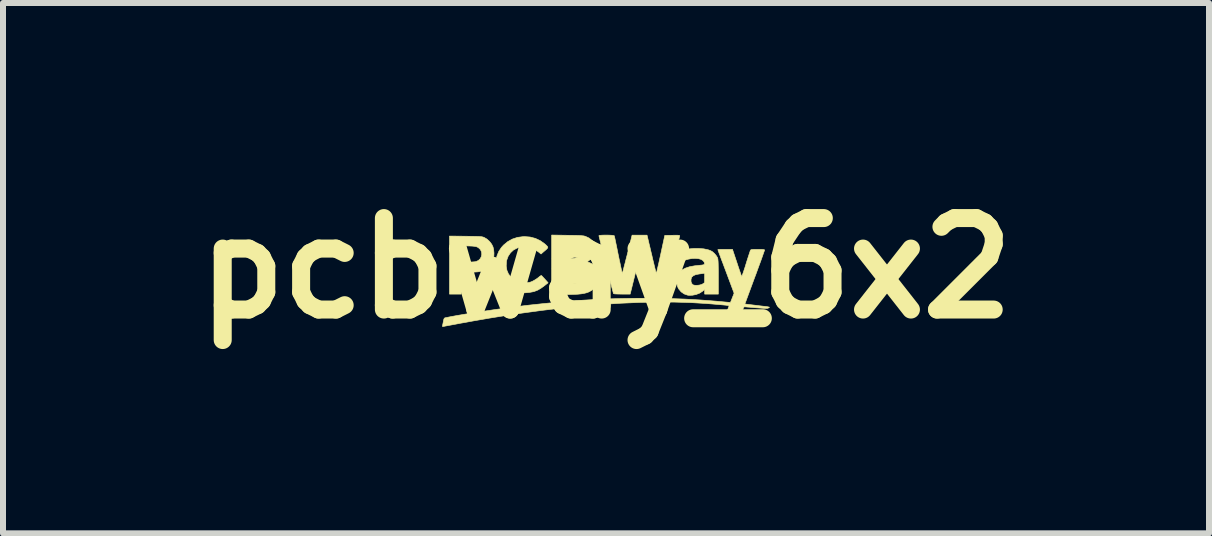
<source format=kicad_pcb>
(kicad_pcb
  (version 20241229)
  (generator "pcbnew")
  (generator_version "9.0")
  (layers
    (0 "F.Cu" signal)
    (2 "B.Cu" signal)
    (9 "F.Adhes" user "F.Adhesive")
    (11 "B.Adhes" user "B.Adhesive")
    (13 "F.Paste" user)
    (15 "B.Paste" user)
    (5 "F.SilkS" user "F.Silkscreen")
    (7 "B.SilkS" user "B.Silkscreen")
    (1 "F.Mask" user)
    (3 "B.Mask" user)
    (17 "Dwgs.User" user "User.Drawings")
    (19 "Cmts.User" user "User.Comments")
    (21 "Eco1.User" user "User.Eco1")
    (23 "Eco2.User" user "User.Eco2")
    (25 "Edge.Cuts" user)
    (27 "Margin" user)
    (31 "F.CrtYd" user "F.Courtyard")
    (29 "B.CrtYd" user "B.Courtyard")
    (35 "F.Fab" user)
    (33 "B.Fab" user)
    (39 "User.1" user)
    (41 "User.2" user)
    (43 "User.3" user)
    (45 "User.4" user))
  (footprint "pcbway_6x2"
    (layer "F.Cu")
    (at 7.047 1.418)
    (property "Reference" "pcbway_6x2" (at 0 0 0) (layer "F.SilkS") (effects (font (size 1.524 1.524) (thickness 0.3))))
    (attr through_hole)
    (fp_poly (pts (xy -2.339 -0.532) (xy -2.264 -0.531) (xy -2.204 -0.53) (xy -2.157 -0.529) (xy -2.121 -0.528) (xy -2.094 -0.526) (xy -2.073 -0.524) (xy -2.058 -0.521) (xy -2.044 -0.517) (xy -2.032 -0.512) (xy -2.025 -0.509) (xy -1.981 -0.482) (xy -1.94 -0.444) (xy -1.905 -0.399) (xy -1.883 -0.354) (xy -1.872 -0.307) (xy -1.867 -0.252) (xy -1.869 -0.195) (xy -1.876 -0.143) (xy -1.882 -0.121) (xy -1.905 -0.075) (xy -1.94 -0.03) (xy -1.983 0.008) (xy -2.013 0.028) (xy -2.046 0.042) (xy -2.085 0.053) (xy -2.134 0.061) (xy -2.193 0.065) (xy -2.267 0.067) (xy -2.292 0.068) (xy -2.413 0.068) (xy -2.413 0.432) (xy -2.608 0.432) (xy -2.608 -0.102) (xy -2.413 -0.102) (xy -2.305 -0.102) (xy -2.261 -0.102) (xy -2.219 -0.104) (xy -2.185 -0.107) (xy -2.164 -0.111) (xy -2.164 -0.111) (xy -2.125 -0.129) (xy -2.096 -0.158) (xy -2.077 -0.194) (xy -2.07 -0.233) (xy -2.075 -0.273) (xy -2.093 -0.309) (xy -2.106 -0.323) (xy -2.124 -0.339) (xy -2.143 -0.351) (xy -2.164 -0.359) (xy -2.192 -0.364) (xy -2.23 -0.368) (xy -2.281 -0.37) (xy -2.291 -0.37) (xy -2.413 -0.375) (xy -2.413 -0.102) (xy -2.608 -0.102) (xy -2.608 -0.535) (xy -2.339 -0.532)) (stroke (width 0.01) (type solid)) (fill yes) (layer "F.SilkS"))
    (fp_poly (pts (xy -1.265 -0.519) (xy -1.177 -0.496) (xy -1.096 -0.458) (xy -1.024 -0.407) (xy -1.01 -0.395) (xy -0.988 -0.374) (xy -0.974 -0.358) (xy -0.97 -0.345) (xy -0.977 -0.331) (xy -0.994 -0.313) (xy -1.023 -0.288) (xy -1.034 -0.279) (xy -1.083 -0.236) (xy -1.124 -0.269) (xy -1.188 -0.313) (xy -1.256 -0.344) (xy -1.325 -0.359) (xy -1.394 -0.359) (xy -1.411 -0.356) (xy -1.482 -0.335) (xy -1.543 -0.302) (xy -1.592 -0.256) (xy -1.63 -0.2) (xy -1.654 -0.135) (xy -1.659 -0.109) (xy -1.663 -0.035) (xy -1.652 0.034) (xy -1.626 0.095) (xy -1.586 0.148) (xy -1.532 0.192) (xy -1.494 0.213) (xy -1.464 0.227) (xy -1.44 0.235) (xy -1.414 0.239) (xy -1.382 0.241) (xy -1.355 0.241) (xy -1.315 0.241) (xy -1.286 0.238) (xy -1.262 0.233) (xy -1.237 0.223) (xy -1.219 0.215) (xy -1.184 0.195) (xy -1.148 0.172) (xy -1.124 0.153) (xy -1.102 0.135) (xy -1.085 0.124) (xy -1.076 0.122) (xy -1.068 0.13) (xy -1.051 0.148) (xy -1.029 0.172) (xy -1.017 0.185) (xy -0.965 0.243) (xy -1.026 0.292) (xy -1.084 0.334) (xy -1.137 0.365) (xy -1.19 0.386) (xy -1.217 0.393) (xy -1.276 0.404) (xy -1.339 0.41) (xy -1.399 0.41) (xy -1.431 0.407) (xy -1.516 0.389) (xy -1.59 0.36) (xy -1.656 0.318) (xy -1.702 0.279) (xy -1.755 0.218) (xy -1.793 0.154) (xy -1.819 0.082) (xy -1.833 0.001) (xy -1.835 -0.025) (xy -1.833 -0.118) (xy -1.818 -0.202) (xy -1.788 -0.277) (xy -1.743 -0.345) (xy -1.708 -0.384) (xy -1.638 -0.442) (xy -1.56 -0.485) (xy -1.476 -0.513) (xy -1.384 -0.525) (xy -1.358 -0.526) (xy -1.265 -0.519)) (stroke (width 0.01) (type solid)) (fill yes) (layer "F.SilkS"))
    (fp_poly (pts (xy 1.628 -0.322) (xy 1.698 -0.307) (xy 1.706 -0.305) (xy 1.743 -0.291) (xy 1.772 -0.275) (xy 1.799 -0.251) (xy 1.808 -0.243) (xy 1.836 -0.209) (xy 1.856 -0.177) (xy 1.861 -0.164) (xy 1.864 -0.146) (xy 1.867 -0.116) (xy 1.869 -0.073) (xy 1.87 -0.016) (xy 1.871 0.057) (xy 1.871 0.145) (xy 1.871 0.151) (xy 1.871 0.432) (xy 1.643 0.432) (xy 1.643 0.354) (xy 1.607 0.385) (xy 1.559 0.416) (xy 1.5 0.439) (xy 1.438 0.451) (xy 1.378 0.452) (xy 1.357 0.449) (xy 1.301 0.429) (xy 1.251 0.394) (xy 1.211 0.346) (xy 1.2 0.326) (xy 1.187 0.291) (xy 1.181 0.246) (xy 1.18 0.197) (xy 1.181 0.187) (xy 1.416 0.187) (xy 1.416 0.222) (xy 1.426 0.253) (xy 1.446 0.276) (xy 1.451 0.278) (xy 1.478 0.285) (xy 1.514 0.286) (xy 1.553 0.282) (xy 1.589 0.273) (xy 1.611 0.262) (xy 1.642 0.241) (xy 1.642 0.163) (xy 1.643 0.084) (xy 1.615 0.088) (xy 1.589 0.092) (xy 1.558 0.096) (xy 1.545 0.098) (xy 1.494 0.108) (xy 1.455 0.125) (xy 1.43 0.147) (xy 1.426 0.153) (xy 1.416 0.187) (xy 1.181 0.187) (xy 1.185 0.15) (xy 1.196 0.112) (xy 1.2 0.105) (xy 1.23 0.062) (xy 1.272 0.026) (xy 1.326 -0.002) (xy 1.393 -0.024) (xy 1.475 -0.039) (xy 1.559 -0.048) (xy 1.599 -0.052) (xy 1.625 -0.057) (xy 1.638 -0.065) (xy 1.641 -0.078) (xy 1.636 -0.097) (xy 1.634 -0.103) (xy 1.614 -0.128) (xy 1.582 -0.147) (xy 1.539 -0.159) (xy 1.488 -0.163) (xy 1.431 -0.161) (xy 1.371 -0.15) (xy 1.325 -0.137) (xy 1.291 -0.126) (xy 1.264 -0.118) (xy 1.247 -0.115) (xy 1.243 -0.115) (xy 1.24 -0.125) (xy 1.238 -0.148) (xy 1.236 -0.18) (xy 1.236 -0.207) (xy 1.236 -0.295) (xy 1.281 -0.305) (xy 1.371 -0.32) (xy 1.461 -0.328) (xy 1.548 -0.328) (xy 1.628 -0.322)) (stroke (width 0.01) (type solid)) (fill yes) (layer "F.SilkS"))
    (fp_poly (pts (xy -0.646 -0.548) (xy -0.57 -0.547) (xy -0.509 -0.546) (xy -0.461 -0.545) (xy -0.424 -0.543) (xy -0.395 -0.54) (xy -0.374 -0.538) (xy -0.357 -0.534) (xy -0.343 -0.53) (xy -0.283 -0.502) (xy -0.239 -0.467) (xy -0.208 -0.424) (xy -0.191 -0.371) (xy -0.186 -0.316) (xy -0.193 -0.254) (xy -0.215 -0.199) (xy -0.251 -0.154) (xy -0.273 -0.136) (xy -0.313 -0.106) (xy -0.272 -0.091) (xy -0.232 -0.072) (xy -0.196 -0.045) (xy -0.166 -0.014) (xy -0.147 0.016) (xy -0.144 0.024) (xy -0.141 0.045) (xy -0.138 0.078) (xy -0.136 0.118) (xy -0.136 0.153) (xy -0.136 0.195) (xy -0.137 0.225) (xy -0.14 0.246) (xy -0.145 0.262) (xy -0.153 0.278) (xy -0.162 0.292) (xy -0.186 0.321) (xy -0.215 0.35) (xy -0.228 0.361) (xy -0.258 0.38) (xy -0.289 0.397) (xy -0.325 0.41) (xy -0.366 0.42) (xy -0.414 0.428) (xy -0.472 0.434) (xy -0.542 0.437) (xy -0.624 0.439) (xy -0.718 0.44) (xy -0.906 0.44) (xy -0.906 0.256) (xy -0.66 0.256) (xy -0.565 0.252) (xy -0.519 0.25) (xy -0.485 0.247) (xy -0.46 0.241) (xy -0.44 0.233) (xy -0.436 0.231) (xy -0.412 0.215) (xy -0.393 0.196) (xy -0.389 0.19) (xy -0.379 0.157) (xy -0.377 0.119) (xy -0.384 0.084) (xy -0.394 0.062) (xy -0.411 0.043) (xy -0.431 0.029) (xy -0.458 0.02) (xy -0.493 0.014) (xy -0.542 0.011) (xy -0.561 0.01) (xy -0.66 0.007) (xy -0.66 0.256) (xy -0.906 0.256) (xy -0.906 -0.364) (xy -0.66 -0.364) (xy -0.66 -0.161) (xy -0.599 -0.161) (xy -0.563 -0.162) (xy -0.529 -0.165) (xy -0.506 -0.17) (xy -0.471 -0.187) (xy -0.449 -0.215) (xy -0.44 -0.253) (xy -0.44 -0.26) (xy -0.446 -0.303) (xy -0.463 -0.335) (xy -0.489 -0.354) (xy -0.492 -0.355) (xy -0.513 -0.359) (xy -0.545 -0.362) (xy -0.582 -0.364) (xy -0.59 -0.364) (xy -0.66 -0.364) (xy -0.906 -0.364) (xy -0.906 -0.552) (xy -0.646 -0.548)) (stroke (width 0.01) (type solid)) (fill yes) (layer "F.SilkS"))
    (fp_poly (pts (xy 0.019 -0.551) (xy 0.058 -0.55) (xy 0.093 -0.548) (xy 0.12 -0.545) (xy 0.135 -0.542) (xy 0.137 -0.54) (xy 0.14 -0.529) (xy 0.146 -0.504) (xy 0.154 -0.466) (xy 0.164 -0.417) (xy 0.176 -0.36) (xy 0.189 -0.295) (xy 0.203 -0.225) (xy 0.204 -0.222) (xy 0.218 -0.153) (xy 0.232 -0.089) (xy 0.244 -0.032) (xy 0.254 0.015) (xy 0.262 0.052) (xy 0.268 0.076) (xy 0.271 0.085) (xy 0.271 0.085) (xy 0.274 0.077) (xy 0.281 0.054) (xy 0.29 0.019) (xy 0.302 -0.028) (xy 0.317 -0.084) (xy 0.333 -0.148) (xy 0.351 -0.217) (xy 0.355 -0.233) (xy 0.434 -0.55) (xy 0.558 -0.55) (xy 0.683 -0.55) (xy 0.709 -0.442) (xy 0.718 -0.402) (xy 0.731 -0.35) (xy 0.745 -0.289) (xy 0.761 -0.224) (xy 0.776 -0.158) (xy 0.784 -0.125) (xy 0.798 -0.068) (xy 0.81 -0.017) (xy 0.821 0.026) (xy 0.83 0.059) (xy 0.836 0.079) (xy 0.838 0.085) (xy 0.841 0.077) (xy 0.847 0.054) (xy 0.855 0.018) (xy 0.866 -0.029) (xy 0.879 -0.085) (xy 0.893 -0.149) (xy 0.908 -0.218) (xy 0.911 -0.231) (xy 0.979 -0.546) (xy 1.103 -0.548) (xy 1.154 -0.549) (xy 1.189 -0.549) (xy 1.212 -0.547) (xy 1.224 -0.544) (xy 1.228 -0.54) (xy 1.226 -0.53) (xy 1.22 -0.505) (xy 1.21 -0.467) (xy 1.198 -0.416) (xy 1.183 -0.356) (xy 1.165 -0.286) (xy 1.146 -0.209) (xy 1.125 -0.125) (xy 1.106 -0.051) (xy 0.985 0.428) (xy 0.708 0.428) (xy 0.631 0.134) (xy 0.614 0.066) (xy 0.597 0.005) (xy 0.582 -0.048) (xy 0.57 -0.092) (xy 0.56 -0.125) (xy 0.553 -0.145) (xy 0.55 -0.15) (xy 0.546 -0.14) (xy 0.54 -0.115) (xy 0.53 -0.077) (xy 0.517 -0.029) (xy 0.503 0.027) (xy 0.487 0.09) (xy 0.473 0.146) (xy 0.402 0.432) (xy 0.264 0.432) (xy 0.209 0.431) (xy 0.169 0.43) (xy 0.143 0.428) (xy 0.128 0.425) (xy 0.123 0.421) (xy 0.12 0.409) (xy 0.113 0.383) (xy 0.103 0.344) (xy 0.09 0.295) (xy 0.075 0.236) (xy 0.059 0.171) (xy 0.041 0.099) (xy 0.022 0.024) (xy 0.002 -0.053) (xy -0.017 -0.13) (xy -0.036 -0.205) (xy -0.054 -0.277) (xy -0.07 -0.344) (xy -0.085 -0.404) (xy -0.098 -0.456) (xy -0.108 -0.497) (xy -0.115 -0.525) (xy -0.118 -0.54) (xy -0.119 -0.541) (xy -0.111 -0.545) (xy -0.089 -0.548) (xy -0.058 -0.55) (xy -0.021 -0.551) (xy 0.019 -0.551)) (stroke (width 0.01) (type solid)) (fill yes) (layer "F.SilkS"))
    (fp_poly (pts (xy 2.181 -0.091) (xy 2.2 -0.033) (xy 2.218 0.02) (xy 2.234 0.066) (xy 2.246 0.102) (xy 2.255 0.127) (xy 2.26 0.137) (xy 2.26 0.138) (xy 2.264 0.132) (xy 2.272 0.111) (xy 2.284 0.079) (xy 2.298 0.037) (xy 2.315 -0.014) (xy 2.332 -0.07) (xy 2.35 -0.128) (xy 2.367 -0.181) (xy 2.382 -0.227) (xy 2.394 -0.263) (xy 2.402 -0.288) (xy 2.406 -0.298) (xy 2.411 -0.304) (xy 2.42 -0.309) (xy 2.437 -0.311) (xy 2.463 -0.313) (xy 2.502 -0.313) (xy 2.528 -0.313) (xy 2.575 -0.313) (xy 2.608 -0.312) (xy 2.629 -0.309) (xy 2.639 -0.306) (xy 2.642 -0.302) (xy 2.639 -0.292) (xy 2.63 -0.268) (xy 2.617 -0.231) (xy 2.6 -0.182) (xy 2.579 -0.123) (xy 2.554 -0.056) (xy 2.527 0.018) (xy 2.498 0.098) (xy 2.477 0.153) (xy 2.313 0.597) (xy 2.471 0.616) (xy 2.544 0.625) (xy 2.603 0.632) (xy 2.647 0.637) (xy 2.68 0.641) (xy 2.702 0.645) (xy 2.715 0.648) (xy 2.721 0.65) (xy 2.722 0.653) (xy 2.718 0.656) (xy 2.712 0.66) (xy 2.709 0.661) (xy 2.701 0.666) (xy 2.691 0.669) (xy 2.677 0.67) (xy 2.656 0.671) (xy 2.627 0.669) (xy 2.586 0.666) (xy 2.532 0.662) (xy 2.502 0.66) (xy 2.447 0.655) (xy 2.398 0.651) (xy 2.356 0.648) (xy 2.326 0.645) (xy 2.308 0.644) (xy 2.306 0.644) (xy 2.296 0.651) (xy 2.287 0.668) (xy 2.285 0.673) (xy 2.274 0.703) (xy 2.149 0.703) (xy 2.105 0.703) (xy 2.068 0.702) (xy 2.04 0.701) (xy 2.025 0.7) (xy 2.024 0.7) (xy 2.026 0.69) (xy 2.034 0.672) (xy 2.036 0.666) (xy 2.044 0.645) (xy 2.049 0.63) (xy 2.049 0.628) (xy 2.044 0.625) (xy 2.027 0.621) (xy 1.999 0.617) (xy 1.958 0.613) (xy 1.903 0.608) (xy 1.834 0.602) (xy 1.75 0.595) (xy 1.662 0.588) (xy 1.406 0.573) (xy 1.135 0.565) (xy 0.851 0.565) (xy 0.555 0.571) (xy 0.248 0.584) (xy -0.068 0.604) (xy -0.394 0.63) (xy -0.726 0.663) (xy -1.066 0.703) (xy -1.411 0.75) (xy -1.76 0.803) (xy -1.947 0.833) (xy -2.015 0.845) (xy -2.091 0.858) (xy -2.172 0.872) (xy -2.257 0.887) (xy -2.341 0.903) (xy -2.423 0.917) (xy -2.501 0.932) (xy -2.571 0.945) (xy -2.631 0.956) (xy -2.679 0.965) (xy -2.704 0.97) (xy -2.721 0.973) (xy -2.726 0.967) (xy -2.724 0.956) (xy -2.72 0.937) (xy -2.714 0.908) (xy -2.709 0.883) (xy -2.703 0.854) (xy -2.696 0.837) (xy -2.687 0.829) (xy -2.677 0.826) (xy -2.592 0.809) (xy -2.494 0.791) (xy -2.383 0.772) (xy -2.262 0.752) (xy -2.134 0.732) (xy -2.001 0.712) (xy -1.866 0.692) (xy -1.729 0.673) (xy -1.595 0.655) (xy -1.466 0.638) (xy -1.343 0.623) (xy -1.266 0.614) (xy -1.049 0.591) (xy -0.845 0.571) (xy -0.653 0.554) (xy -0.469 0.539) (xy -0.29 0.528) (xy -0.114 0.518) (xy 0.063 0.511) (xy 0.243 0.506) (xy 0.429 0.503) (xy 0.47 0.502) (xy 0.761 0.501) (xy 1.039 0.505) (xy 1.309 0.515) (xy 1.573 0.53) (xy 1.835 0.55) (xy 1.964 0.562) (xy 2.073 0.572) (xy 2.104 0.494) (xy 2.134 0.417) (xy 1.999 0.056) (xy 1.971 -0.018) (xy 1.945 -0.088) (xy 1.921 -0.15) (xy 1.901 -0.205) (xy 1.884 -0.249) (xy 1.872 -0.283) (xy 1.865 -0.303) (xy 1.863 -0.309) (xy 1.871 -0.311) (xy 1.893 -0.312) (xy 1.925 -0.313) (xy 1.966 -0.313) (xy 1.985 -0.313) (xy 2.107 -0.313) (xy 2.181 -0.091)) (stroke (width 0.01) (type solid)) (fill yes) (layer "F.SilkS")))
  (gr_rect
    (start -3 -3)
    (end 17.093 5.836)
    (stroke (width 0.1) (type default))
    (fill no)
    (layer "Edge.Cuts")))
</source>
